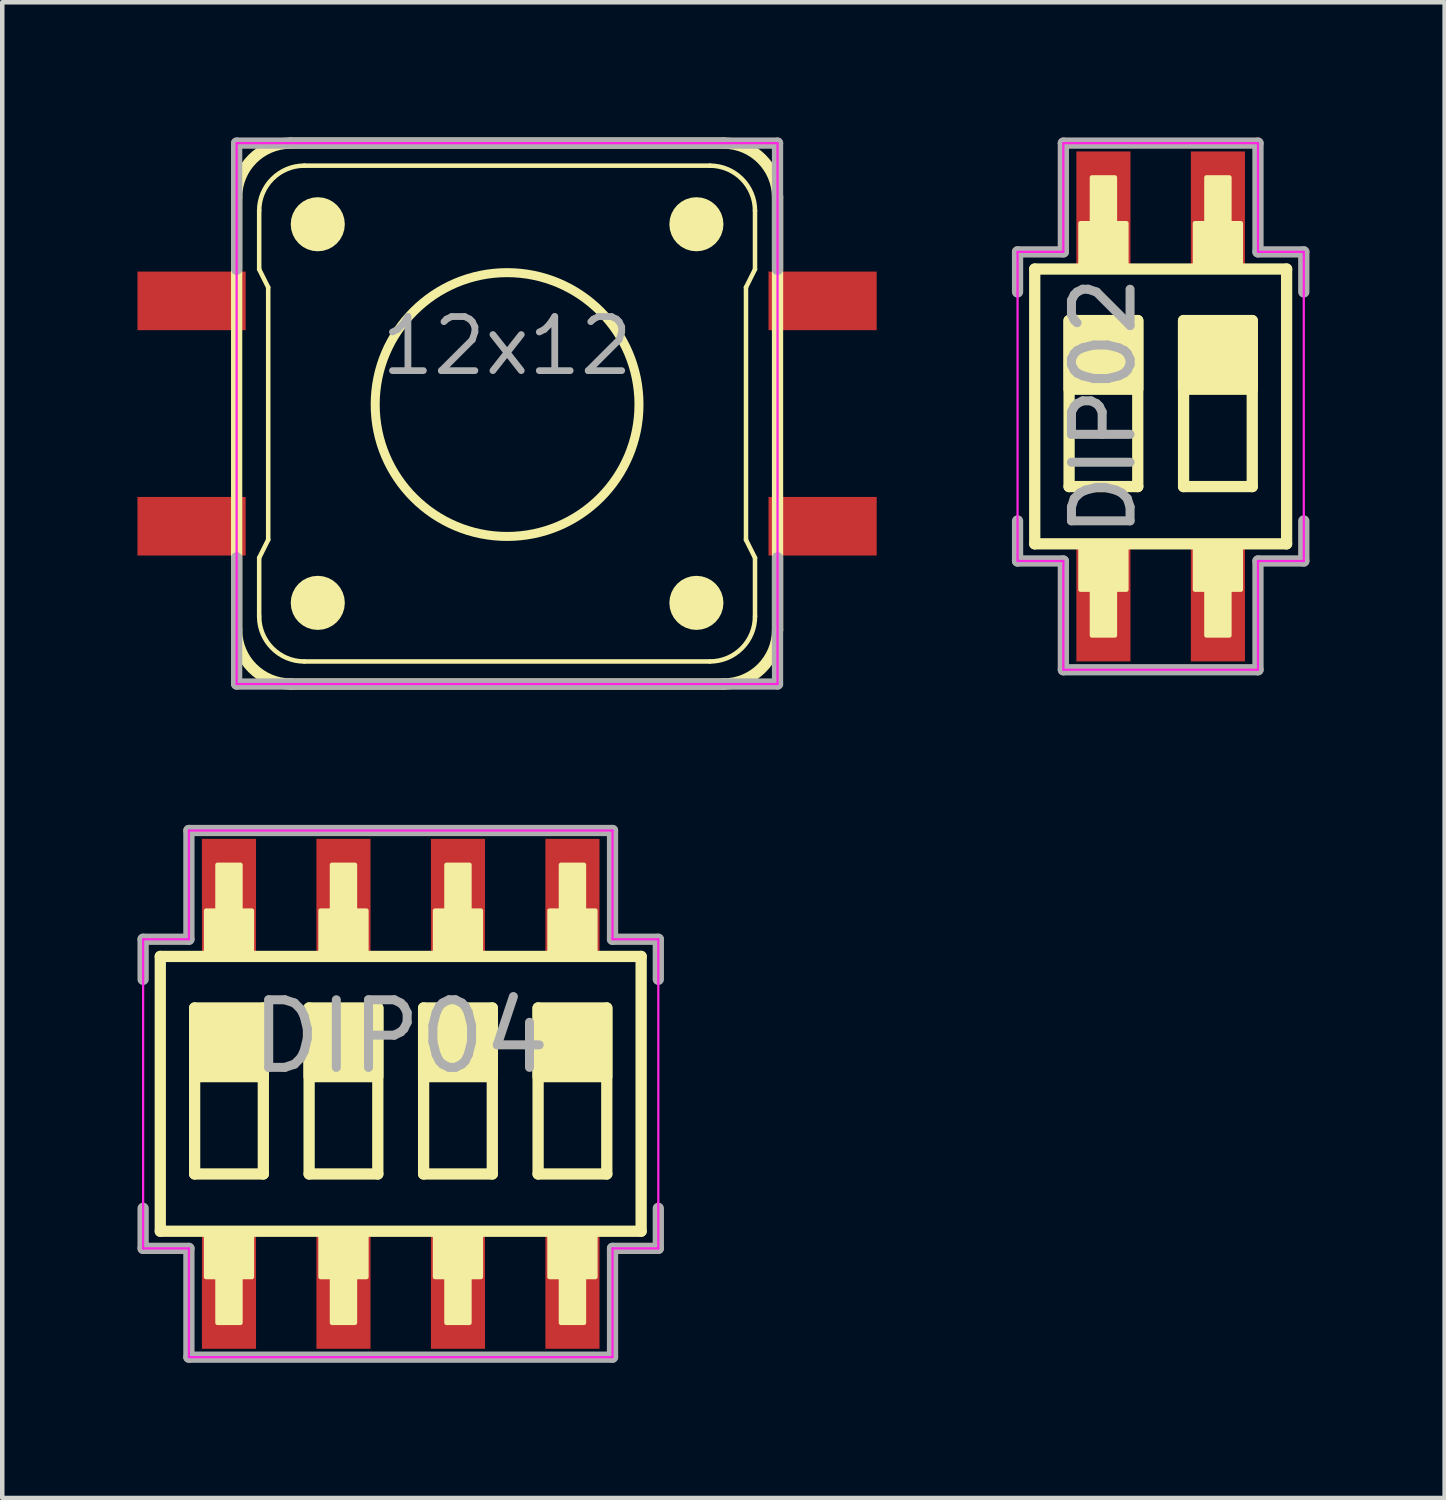
<source format=kicad_pcb>
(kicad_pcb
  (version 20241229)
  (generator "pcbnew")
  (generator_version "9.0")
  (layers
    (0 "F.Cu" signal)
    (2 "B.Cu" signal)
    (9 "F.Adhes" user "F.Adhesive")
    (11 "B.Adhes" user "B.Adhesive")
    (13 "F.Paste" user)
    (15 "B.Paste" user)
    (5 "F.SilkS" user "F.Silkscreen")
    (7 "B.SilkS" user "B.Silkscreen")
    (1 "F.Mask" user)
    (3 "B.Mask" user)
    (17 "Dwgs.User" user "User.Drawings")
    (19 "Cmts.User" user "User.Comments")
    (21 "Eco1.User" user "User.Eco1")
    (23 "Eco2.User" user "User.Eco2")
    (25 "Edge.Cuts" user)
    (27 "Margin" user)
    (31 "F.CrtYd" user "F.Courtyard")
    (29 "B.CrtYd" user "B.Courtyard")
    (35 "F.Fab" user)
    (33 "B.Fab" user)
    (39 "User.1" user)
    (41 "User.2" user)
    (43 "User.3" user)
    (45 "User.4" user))
  (footprint "DIP04"
    (layer "F.Cu")
    (at 5.84 21.217)
    (property "Reference" "DIP04" (at 0 -1.27 180) (layer "F.Fab") (effects (font (size 1.5 1.5) (thickness 0.2))))
    (attr through_hole)
    (fp_line (start -5.334 -3.048) (end -5.334 3.048) (stroke (width 0.25) (type solid)) (layer "F.SilkS"))
    (fp_line (start -5.334 3.048) (end 5.334 3.048) (stroke (width 0.25) (type solid)) (layer "F.SilkS"))
    (fp_line (start -4.572 1.778) (end -4.572 -1.905) (stroke (width 0.25) (type solid)) (layer "F.SilkS"))
    (fp_line (start -4.572 1.778) (end -3.048 1.778) (stroke (width 0.25) (type solid)) (layer "F.SilkS"))
    (fp_line (start -3.048 -1.905) (end -3.048 1.778) (stroke (width 0.25) (type solid)) (layer "F.SilkS"))
    (fp_line (start -2.032 1.778) (end -2.032 -1.905) (stroke (width 0.25) (type solid)) (layer "F.SilkS"))
    (fp_line (start -2.032 1.778) (end -0.508 1.778) (stroke (width 0.25) (type solid)) (layer "F.SilkS"))
    (fp_line (start -0.508 -1.905) (end -0.508 1.778) (stroke (width 0.25) (type solid)) (layer "F.SilkS"))
    (fp_line (start 0.508 1.778) (end 0.508 -1.905) (stroke (width 0.25) (type solid)) (layer "F.SilkS"))
    (fp_line (start 0.508 1.778) (end 2.032 1.778) (stroke (width 0.25) (type solid)) (layer "F.SilkS"))
    (fp_line (start 2.032 -1.905) (end 2.032 1.778) (stroke (width 0.25) (type solid)) (layer "F.SilkS"))
    (fp_line (start 3.048 1.778) (end 3.048 -1.905) (stroke (width 0.25) (type solid)) (layer "F.SilkS"))
    (fp_line (start 3.048 1.778) (end 4.572 1.778) (stroke (width 0.25) (type solid)) (layer "F.SilkS"))
    (fp_line (start 4.572 -1.905) (end 4.572 1.778) (stroke (width 0.25) (type solid)) (layer "F.SilkS"))
    (fp_line (start 5.334 -3.048) (end -5.334 -3.048) (stroke (width 0.25) (type solid)) (layer "F.SilkS"))
    (fp_line (start 5.334 -3.048) (end 5.334 3.048) (stroke (width 0.25) (type solid)) (layer "F.SilkS"))
    (fp_poly (pts (xy -3.048 -0.381) (xy -4.572 -0.381) (xy -4.572 -1.905) (xy -3.048 -1.905)) (stroke (width 0.25) (type solid)) (fill yes) (layer "F.SilkS"))
    (fp_poly (pts (xy -0.508 -0.381) (xy -2.032 -0.381) (xy -2.032 -1.905) (xy -0.508 -1.905)) (stroke (width 0.25) (type solid)) (fill yes) (layer "F.SilkS"))
    (fp_poly (pts (xy 2.032 -0.381) (xy 0.508 -0.381) (xy 0.508 -1.905) (xy 2.032 -1.905)) (stroke (width 0.25) (type solid)) (fill yes) (layer "F.SilkS"))
    (fp_poly (pts (xy 4.572 -0.381) (xy 3.048 -0.381) (xy 3.048 -1.905) (xy 4.572 -1.905)) (stroke (width 0.25) (type solid)) (fill yes) (layer "F.SilkS"))
    (fp_poly (pts (xy -4.064 4.064) (xy -4.318 4.064) (xy -4.318 3.048) (xy -3.302 3.048) (xy -3.302 4.064) (xy -3.556 4.064) (xy -3.556 5.08) (xy -4.064 5.08)) (stroke (width 0.1) (type solid)) (fill yes) (layer "F.SilkS"))
    (fp_poly (pts (xy -3.556 -4.064) (xy -3.302 -4.064) (xy -3.302 -3.048) (xy -4.318 -3.048) (xy -4.318 -4.064) (xy -4.064 -4.064) (xy -4.064 -5.08) (xy -3.556 -5.08)) (stroke (width 0.1) (type solid)) (fill yes) (layer "F.SilkS"))
    (fp_poly (pts (xy -1.524 4.064) (xy -1.778 4.064) (xy -1.778 3.048) (xy -0.762 3.048) (xy -0.762 4.064) (xy -1.016 4.064) (xy -1.016 5.08) (xy -1.524 5.08)) (stroke (width 0.1) (type solid)) (fill yes) (layer "F.SilkS"))
    (fp_poly (pts (xy -1.016 -4.064) (xy -0.762 -4.064) (xy -0.762 -3.048) (xy -1.778 -3.048) (xy -1.778 -4.064) (xy -1.524 -4.064) (xy -1.524 -5.08) (xy -1.016 -5.08)) (stroke (width 0.1) (type solid)) (fill yes) (layer "F.SilkS"))
    (fp_poly (pts (xy 1.016 4.064) (xy 0.762 4.064) (xy 0.762 3.048) (xy 1.778 3.048) (xy 1.778 4.064) (xy 1.524 4.064) (xy 1.524 5.08) (xy 1.016 5.08)) (stroke (width 0.1) (type solid)) (fill yes) (layer "F.SilkS"))
    (fp_poly (pts (xy 1.524 -4.064) (xy 1.778 -4.064) (xy 1.778 -3.048) (xy 0.762 -3.048) (xy 0.762 -4.064) (xy 1.016 -4.064) (xy 1.016 -5.08) (xy 1.524 -5.08)) (stroke (width 0.1) (type solid)) (fill yes) (layer "F.SilkS"))
    (fp_poly (pts (xy 3.556 4.064) (xy 3.302 4.064) (xy 3.302 3.048) (xy 4.318 3.048) (xy 4.318 4.064) (xy 4.064 4.064) (xy 4.064 5.08) (xy 3.556 5.08)) (stroke (width 0.1) (type solid)) (fill yes) (layer "F.SilkS"))
    (fp_poly (pts (xy 4.064 -4.064) (xy 4.318 -4.064) (xy 4.318 -3.048) (xy 3.302 -3.048) (xy 3.302 -4.064) (xy 3.556 -4.064) (xy 3.556 -5.08) (xy 4.064 -5.08)) (stroke (width 0.1) (type solid)) (fill yes) (layer "F.SilkS"))
    (fp_line (start -5.715 3.429) (end -5.715 -3.429) (stroke (width 0.05) (type solid)) (layer "F.CrtYd"))
    (fp_line (start -4.699 -3.429) (end -5.715 -3.429) (stroke (width 0.05) (type solid)) (layer "F.CrtYd"))
    (fp_line (start -4.699 -3.429) (end -4.699 -5.842) (stroke (width 0.05) (type solid)) (layer "F.CrtYd"))
    (fp_line (start -4.699 3.429) (end -5.715 3.429) (stroke (width 0.05) (type solid)) (layer "F.CrtYd"))
    (fp_line (start -4.699 5.842) (end -4.699 3.429) (stroke (width 0.05) (type solid)) (layer "F.CrtYd"))
    (fp_line (start 4.699 -5.842) (end -4.699 -5.842) (stroke (width 0.05) (type solid)) (layer "F.CrtYd"))
    (fp_line (start 4.699 -3.429) (end 4.699 -5.842) (stroke (width 0.05) (type solid)) (layer "F.CrtYd"))
    (fp_line (start 4.699 5.842) (end -4.699 5.842) (stroke (width 0.05) (type solid)) (layer "F.CrtYd"))
    (fp_line (start 4.699 5.842) (end 4.699 3.429) (stroke (width 0.05) (type solid)) (layer "F.CrtYd"))
    (fp_line (start 5.715 -3.429) (end 4.699 -3.429) (stroke (width 0.05) (type solid)) (layer "F.CrtYd"))
    (fp_line (start 5.715 3.429) (end 4.699 3.429) (stroke (width 0.05) (type solid)) (layer "F.CrtYd"))
    (fp_line (start 5.715 3.429) (end 5.715 -3.429) (stroke (width 0.05) (type solid)) (layer "F.CrtYd"))
    (fp_line (start -5.715 -3.429) (end -5.715 -2.54) (stroke (width 0.25) (type solid)) (layer "F.Fab"))
    (fp_line (start -5.715 2.54) (end -5.715 3.429) (stroke (width 0.25) (type solid)) (layer "F.Fab"))
    (fp_line (start -4.699 -5.842) (end -4.699 -3.429) (stroke (width 0.25) (type solid)) (layer "F.Fab"))
    (fp_line (start -4.699 -5.842) (end 4.699 -5.842) (stroke (width 0.25) (type solid)) (layer "F.Fab"))
    (fp_line (start -4.699 -3.429) (end -5.715 -3.429) (stroke (width 0.25) (type solid)) (layer "F.Fab"))
    (fp_line (start -4.699 3.429) (end -5.715 3.429) (stroke (width 0.25) (type solid)) (layer "F.Fab"))
    (fp_line (start -4.699 3.429) (end -4.699 5.842) (stroke (width 0.25) (type solid)) (layer "F.Fab"))
    (fp_line (start -4.699 5.842) (end 4.699 5.842) (stroke (width 0.25) (type solid)) (layer "F.Fab"))
    (fp_line (start 4.699 -5.842) (end 4.699 -3.429) (stroke (width 0.25) (type solid)) (layer "F.Fab"))
    (fp_line (start 4.699 3.429) (end 4.699 5.842) (stroke (width 0.25) (type solid)) (layer "F.Fab"))
    (fp_line (start 5.715 -3.429) (end 4.699 -3.429) (stroke (width 0.25) (type solid)) (layer "F.Fab"))
    (fp_line (start 5.715 -3.429) (end 5.715 -2.54) (stroke (width 0.25) (type solid)) (layer "F.Fab"))
    (fp_line (start 5.715 2.54) (end 5.715 3.429) (stroke (width 0.25) (type solid)) (layer "F.Fab"))
    (fp_line (start 5.715 3.429) (end 4.699 3.429) (stroke (width 0.25) (type solid)) (layer "F.Fab"))
    (pad "1" smd rect (at -3.81 4.407) (size 1.2 2.5) (layers "F.Cu" "F.Mask" "F.Paste"))
    (pad "2" smd rect (at -3.81 -4.407) (size 1.2 2.5) (layers "F.Cu" "F.Mask" "F.Paste"))
    (pad "3" smd rect (at -1.27 4.407) (size 1.2 2.5) (layers "F.Cu" "F.Mask" "F.Paste"))
    (pad "4" smd rect (at -1.27 -4.407) (size 1.2 2.5) (layers "F.Cu" "F.Mask" "F.Paste"))
    (pad "5" smd rect (at 1.27 4.407) (size 1.2 2.5) (layers "F.Cu" "F.Mask" "F.Paste"))
    (pad "6" smd rect (at 1.27 -4.407) (size 1.2 2.5) (layers "F.Cu" "F.Mask" "F.Paste"))
    (pad "7" smd rect (at 3.81 4.407) (size 1.2 2.5) (layers "F.Cu" "F.Mask" "F.Paste"))
    (pad "8" smd rect (at 3.81 -4.407) (size 1.2 2.5) (layers "F.Cu" "F.Mask" "F.Paste")))
  (footprint "12x12"
    (layer "F.Cu")
    (at 8.2 6.125)
    (property "Reference" "12x12" (at 0 -1.5 0) (layer "F.Fab") (effects (font (size 1.2 1.2) (thickness 0.15))))
    (attr through_hole)
    (fp_line (start -6 4.8) (end -6 -4.8) (stroke (width 0.25) (type solid)) (layer "F.SilkS"))
    (fp_line (start -5.5 -4.5) (end -5.5 -3.2) (stroke (width 0.1) (type solid)) (layer "F.SilkS"))
    (fp_line (start -5.5 -3.2) (end -5.3 -2.8) (stroke (width 0.1) (type solid)) (layer "F.SilkS"))
    (fp_line (start -5.5 3.2) (end -5.5 4.5) (stroke (width 0.1) (type solid)) (layer "F.SilkS"))
    (fp_line (start -5.3 -2.8) (end -5.3 2.8) (stroke (width 0.1) (type solid)) (layer "F.SilkS"))
    (fp_line (start -5.3 2.8) (end -5.5 3.2) (stroke (width 0.1) (type solid)) (layer "F.SilkS"))
    (fp_line (start -4.8 -6) (end 4.8 -6) (stroke (width 0.25) (type solid)) (layer "F.SilkS"))
    (fp_line (start -4.8 6) (end 4.8 6) (stroke (width 0.25) (type solid)) (layer "F.SilkS"))
    (fp_line (start -4.5 -5.5) (end 4.5 -5.5) (stroke (width 0.1) (type solid)) (layer "F.SilkS"))
    (fp_line (start -4.5 5.5) (end 4.5 5.5) (stroke (width 0.1) (type solid)) (layer "F.SilkS"))
    (fp_line (start 5.3 -2.8) (end 5.3 2.8) (stroke (width 0.1) (type solid)) (layer "F.SilkS"))
    (fp_line (start 5.3 2.8) (end 5.5 3.2) (stroke (width 0.1) (type solid)) (layer "F.SilkS"))
    (fp_line (start 5.5 -4.5) (end 5.5 -3.2) (stroke (width 0.1) (type solid)) (layer "F.SilkS"))
    (fp_line (start 5.5 -3.2) (end 5.3 -2.8) (stroke (width 0.1) (type solid)) (layer "F.SilkS"))
    (fp_line (start 5.5 3.2) (end 5.5 4.5) (stroke (width 0.1) (type solid)) (layer "F.SilkS"))
    (fp_line (start 6 4.8) (end 6 -4.8) (stroke (width 0.25) (type solid)) (layer "F.SilkS"))
    (fp_arc (start -6 -4.8) (mid -5.648528 -5.648528) (end -4.8 -6) (stroke (width 0.25) (type solid)) (layer "F.SilkS"))
    (fp_arc (start -5.5 -4.5) (mid -5.207107 -5.207107) (end -4.5 -5.5) (stroke (width 0.1) (type solid)) (layer "F.SilkS"))
    (fp_arc (start -4.8 6) (mid -5.648528 5.648528) (end -6 4.8) (stroke (width 0.25) (type solid)) (layer "F.SilkS"))
    (fp_arc (start -4.5 5.5) (mid -5.207107 5.207107) (end -5.5 4.5) (stroke (width 0.1) (type solid)) (layer "F.SilkS"))
    (fp_arc (start 4.5 -5.5) (mid 5.207107 -5.207107) (end 5.5 -4.5) (stroke (width 0.1) (type solid)) (layer "F.SilkS"))
    (fp_arc (start 4.8 -6) (mid 5.648528 -5.648528) (end 6 -4.8) (stroke (width 0.25) (type solid)) (layer "F.SilkS"))
    (fp_arc (start 5.5 4.5) (mid 5.207107 5.207107) (end 4.5 5.5) (stroke (width 0.1) (type solid)) (layer "F.SilkS"))
    (fp_arc (start 6 4.8) (mid 5.648528 5.648528) (end 4.8 6) (stroke (width 0.25) (type solid)) (layer "F.SilkS"))
    (fp_circle (center -4.2 -4.2) (end -3.9 -4.2) (stroke (width 0.6) (type solid)) (fill no) (layer "F.SilkS"))
    (fp_circle (center -4.2 4.2) (end -3.9 4.2) (stroke (width 0.6) (type solid)) (fill no) (layer "F.SilkS"))
    (fp_circle (center 0 -0.2) (end 1 2.55) (stroke (width 0.2) (type solid)) (fill no) (layer "F.SilkS"))
    (fp_circle (center 4.2 -4.2) (end 4.5 -4.2) (stroke (width 0.6) (type solid)) (fill no) (layer "F.SilkS"))
    (fp_circle (center 4.2 4.2) (end 4.5 4.2) (stroke (width 0.6) (type solid)) (fill no) (layer "F.SilkS"))
    (fp_line (start -6 -6) (end -6 6) (stroke (width 0.05) (type solid)) (layer "F.CrtYd"))
    (fp_line (start -6 -6) (end 6 -6) (stroke (width 0.05) (type solid)) (layer "F.CrtYd"))
    (fp_line (start -6 6) (end 6 6) (stroke (width 0.05) (type solid)) (layer "F.CrtYd"))
    (fp_line (start 6 -6) (end 6 6) (stroke (width 0.05) (type solid)) (layer "F.CrtYd"))
    (fp_line (start -6 -3.2) (end -6 -6) (stroke (width 0.25) (type solid)) (layer "F.Fab"))
    (fp_line (start -6 6) (end -6 3.2) (stroke (width 0.25) (type solid)) (layer "F.Fab"))
    (fp_line (start 6 -6) (end -6 -6) (stroke (width 0.25) (type solid)) (layer "F.Fab"))
    (fp_line (start 6 -3.2) (end 6 -6) (stroke (width 0.25) (type solid)) (layer "F.Fab"))
    (fp_line (start 6 6) (end -6 6) (stroke (width 0.25) (type solid)) (layer "F.Fab"))
    (fp_line (start 6 6) (end 6 3.2) (stroke (width 0.25) (type solid)) (layer "F.Fab"))
    (pad "1" smd rect (at -7 -2.5) (size 2.4 1.3) (layers "F.Cu" "F.Mask" "F.Paste"))
    (pad "2" smd rect (at -7 2.5) (size 2.4 1.3) (layers "F.Cu" "F.Mask" "F.Paste"))
    (pad "3" smd rect (at 7 -2.5) (size 2.4 1.3) (layers "F.Cu" "F.Mask" "F.Paste"))
    (pad "4" smd rect (at 7 2.5) (size 2.4 1.3) (layers "F.Cu" "F.Mask" "F.Paste")))
  (footprint "DIP02"
    (layer "F.Cu")
    (at 22.7 5.967)
    (property "Reference" "DIP02" (at -1.27 0 270) (layer "F.Fab") (effects (font (size 1.3 1.3) (thickness 0.2))))
    (attr through_hole)
    (fp_line (start -2.794 -3.048) (end -2.794 3.048) (stroke (width 0.25) (type solid)) (layer "F.SilkS"))
    (fp_line (start -2.794 3.048) (end 2.794 3.048) (stroke (width 0.25) (type solid)) (layer "F.SilkS"))
    (fp_line (start -2.032 1.778) (end -2.032 -1.905) (stroke (width 0.25) (type solid)) (layer "F.SilkS"))
    (fp_line (start -2.032 1.778) (end -0.508 1.778) (stroke (width 0.25) (type solid)) (layer "F.SilkS"))
    (fp_line (start -0.508 -1.905) (end -0.508 1.778) (stroke (width 0.25) (type solid)) (layer "F.SilkS"))
    (fp_line (start 0.508 1.778) (end 0.508 -1.905) (stroke (width 0.25) (type solid)) (layer "F.SilkS"))
    (fp_line (start 0.508 1.778) (end 2.032 1.778) (stroke (width 0.25) (type solid)) (layer "F.SilkS"))
    (fp_line (start 2.032 -1.905) (end 2.032 1.778) (stroke (width 0.25) (type solid)) (layer "F.SilkS"))
    (fp_line (start 2.794 -3.048) (end -2.794 -3.048) (stroke (width 0.25) (type solid)) (layer "F.SilkS"))
    (fp_line (start 2.794 -3.048) (end 2.794 3.048) (stroke (width 0.25) (type solid)) (layer "F.SilkS"))
    (fp_poly (pts (xy -0.508 -0.381) (xy -2.032 -0.381) (xy -2.032 -1.905) (xy -0.508 -1.905)) (stroke (width 0.25) (type solid)) (fill yes) (layer "F.SilkS"))
    (fp_poly (pts (xy 2.032 -0.381) (xy 0.508 -0.381) (xy 0.508 -1.905) (xy 2.032 -1.905)) (stroke (width 0.25) (type solid)) (fill yes) (layer "F.SilkS"))
    (fp_poly (pts (xy -1.524 4.064) (xy -1.778 4.064) (xy -1.778 3.048) (xy -0.762 3.048) (xy -0.762 4.064) (xy -1.016 4.064) (xy -1.016 5.08) (xy -1.524 5.08)) (stroke (width 0.1) (type solid)) (fill yes) (layer "F.SilkS"))
    (fp_poly (pts (xy -1.016 -4.064) (xy -0.762 -4.064) (xy -0.762 -3.048) (xy -1.778 -3.048) (xy -1.778 -4.064) (xy -1.524 -4.064) (xy -1.524 -5.08) (xy -1.016 -5.08)) (stroke (width 0.1) (type solid)) (fill yes) (layer "F.SilkS"))
    (fp_poly (pts (xy 1.016 4.064) (xy 0.762 4.064) (xy 0.762 3.048) (xy 1.778 3.048) (xy 1.778 4.064) (xy 1.524 4.064) (xy 1.524 5.08) (xy 1.016 5.08)) (stroke (width 0.1) (type solid)) (fill yes) (layer "F.SilkS"))
    (fp_poly (pts (xy 1.524 -4.064) (xy 1.778 -4.064) (xy 1.778 -3.048) (xy 0.762 -3.048) (xy 0.762 -4.064) (xy 1.016 -4.064) (xy 1.016 -5.08) (xy 1.524 -5.08)) (stroke (width 0.1) (type solid)) (fill yes) (layer "F.SilkS"))
    (fp_line (start -3.175 3.429) (end -3.175 -3.429) (stroke (width 0.05) (type solid)) (layer "F.CrtYd"))
    (fp_line (start -2.159 -3.429) (end -3.175 -3.429) (stroke (width 0.05) (type solid)) (layer "F.CrtYd"))
    (fp_line (start -2.159 -3.429) (end -2.159 -5.842) (stroke (width 0.05) (type solid)) (layer "F.CrtYd"))
    (fp_line (start -2.159 3.429) (end -3.175 3.429) (stroke (width 0.05) (type solid)) (layer "F.CrtYd"))
    (fp_line (start -2.159 5.842) (end -2.159 3.429) (stroke (width 0.05) (type solid)) (layer "F.CrtYd"))
    (fp_line (start 2.159 -5.842) (end -2.159 -5.842) (stroke (width 0.05) (type solid)) (layer "F.CrtYd"))
    (fp_line (start 2.159 -3.429) (end 2.159 -5.842) (stroke (width 0.05) (type solid)) (layer "F.CrtYd"))
    (fp_line (start 2.159 5.842) (end -2.159 5.842) (stroke (width 0.05) (type solid)) (layer "F.CrtYd"))
    (fp_line (start 2.159 5.842) (end 2.159 3.429) (stroke (width 0.05) (type solid)) (layer "F.CrtYd"))
    (fp_line (start 3.175 -3.429) (end 2.159 -3.429) (stroke (width 0.05) (type solid)) (layer "F.CrtYd"))
    (fp_line (start 3.175 3.429) (end 2.159 3.429) (stroke (width 0.05) (type solid)) (layer "F.CrtYd"))
    (fp_line (start 3.175 3.429) (end 3.175 -3.429) (stroke (width 0.05) (type solid)) (layer "F.CrtYd"))
    (fp_line (start -3.175 -3.429) (end -3.175 -2.54) (stroke (width 0.25) (type solid)) (layer "F.Fab"))
    (fp_line (start -3.175 2.54) (end -3.175 3.429) (stroke (width 0.25) (type solid)) (layer "F.Fab"))
    (fp_line (start -2.159 -5.842) (end -2.159 -3.429) (stroke (width 0.25) (type solid)) (layer "F.Fab"))
    (fp_line (start -2.159 -5.842) (end 2.159 -5.842) (stroke (width 0.25) (type solid)) (layer "F.Fab"))
    (fp_line (start -2.159 -3.429) (end -3.175 -3.429) (stroke (width 0.25) (type solid)) (layer "F.Fab"))
    (fp_line (start -2.159 3.429) (end -3.175 3.429) (stroke (width 0.25) (type solid)) (layer "F.Fab"))
    (fp_line (start -2.159 3.429) (end -2.159 5.842) (stroke (width 0.25) (type solid)) (layer "F.Fab"))
    (fp_line (start -2.159 5.842) (end 2.159 5.842) (stroke (width 0.25) (type solid)) (layer "F.Fab"))
    (fp_line (start 2.159 -5.842) (end 2.159 -3.429) (stroke (width 0.25) (type solid)) (layer "F.Fab"))
    (fp_line (start 2.159 3.429) (end 2.159 5.842) (stroke (width 0.25) (type solid)) (layer "F.Fab"))
    (fp_line (start 3.175 -3.429) (end 2.159 -3.429) (stroke (width 0.25) (type solid)) (layer "F.Fab"))
    (fp_line (start 3.175 -3.429) (end 3.175 -2.54) (stroke (width 0.25) (type solid)) (layer "F.Fab"))
    (fp_line (start 3.175 2.54) (end 3.175 3.429) (stroke (width 0.25) (type solid)) (layer "F.Fab"))
    (fp_line (start 3.175 3.429) (end 2.159 3.429) (stroke (width 0.25) (type solid)) (layer "F.Fab"))
    (pad "1" smd rect (at -1.27 4.407) (size 1.2 2.5) (layers "F.Cu" "F.Mask" "F.Paste"))
    (pad "2" smd rect (at -1.27 -4.407) (size 1.2 2.5) (layers "F.Cu" "F.Mask" "F.Paste"))
    (pad "3" smd rect (at 1.27 4.407) (size 1.2 2.5) (layers "F.Cu" "F.Mask" "F.Paste"))
    (pad "4" smd rect (at 1.27 -4.407) (size 1.2 2.5) (layers "F.Cu" "F.Mask" "F.Paste")))
  (gr_rect
    (start -3 -3)
    (end 29 30.184)
    (stroke (width 0.1) (type default))
    (fill no)
    (layer "Edge.Cuts")))
</source>
